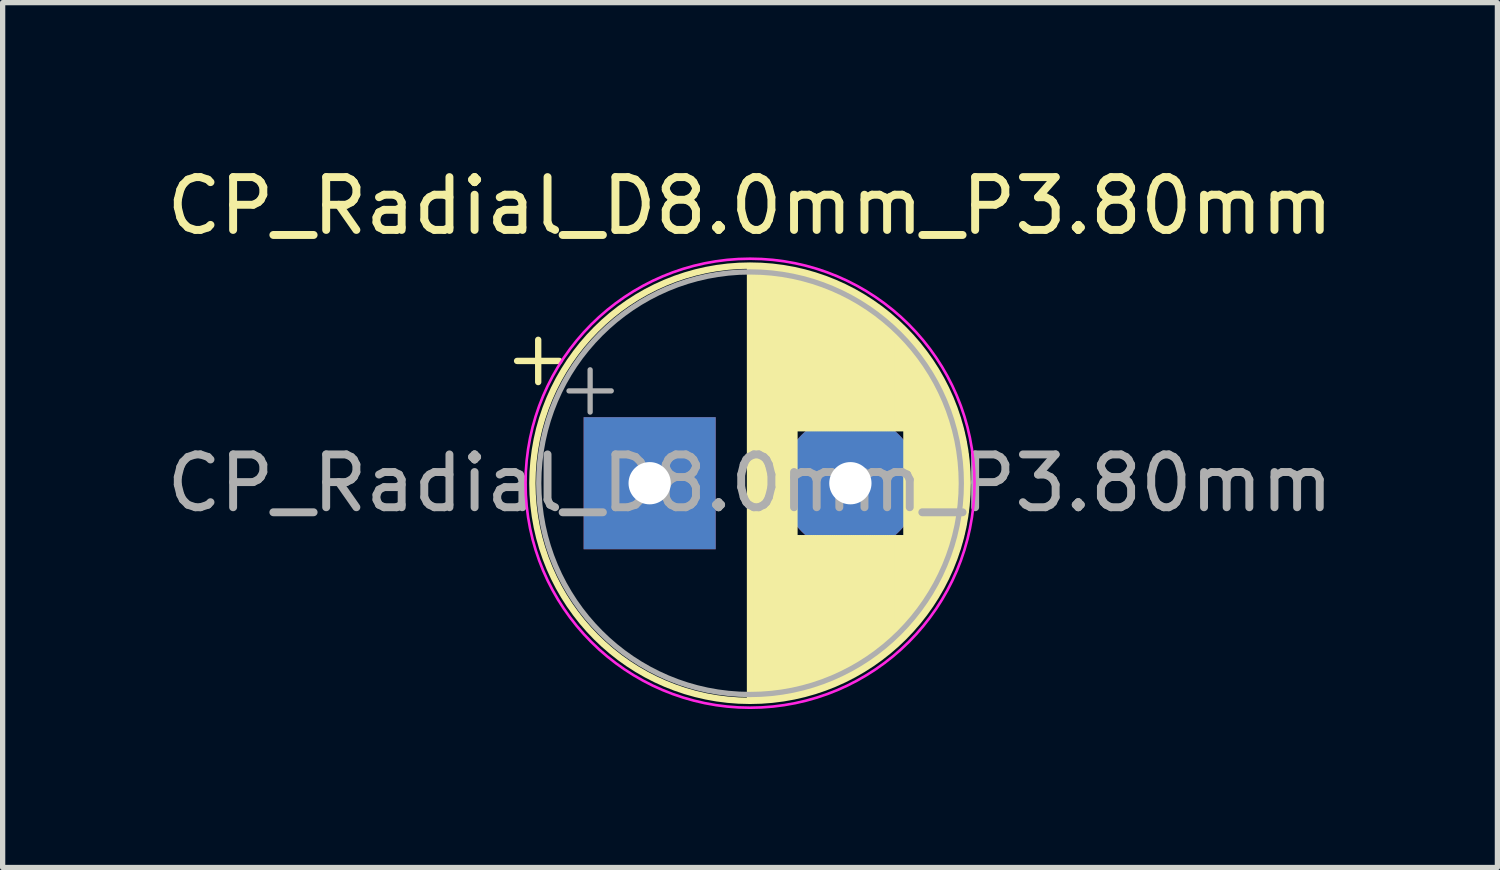
<source format=kicad_pcb>
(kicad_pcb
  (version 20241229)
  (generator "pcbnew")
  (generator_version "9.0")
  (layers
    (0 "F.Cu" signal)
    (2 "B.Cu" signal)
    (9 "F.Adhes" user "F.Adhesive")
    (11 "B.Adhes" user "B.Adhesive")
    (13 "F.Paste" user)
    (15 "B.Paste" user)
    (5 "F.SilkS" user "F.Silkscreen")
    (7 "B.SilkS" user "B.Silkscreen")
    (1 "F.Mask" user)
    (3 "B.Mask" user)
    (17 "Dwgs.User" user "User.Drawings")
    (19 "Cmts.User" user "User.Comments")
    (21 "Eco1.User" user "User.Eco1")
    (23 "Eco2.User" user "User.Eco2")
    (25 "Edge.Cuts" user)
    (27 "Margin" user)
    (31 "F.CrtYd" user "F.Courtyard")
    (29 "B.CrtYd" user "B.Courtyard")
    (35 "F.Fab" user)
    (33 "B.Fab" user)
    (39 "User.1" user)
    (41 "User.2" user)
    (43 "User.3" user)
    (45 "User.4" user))
  (footprint "CP_Radial_D8.0mm_P3.80mm"
    (layer "F.Cu")
    (at 9.249 6.098)
    (property "Reference" "CP_Radial_D8.0mm_P3.80mm" (at 1.9 -5.25 0) (layer "F.SilkS") (effects (font (size 1 1) (thickness 0.15))))
    (attr through_hole)
    (fp_line (start -2.51 -2.315) (end -1.71 -2.315) (stroke (width 0.12) (type solid)) (layer "F.SilkS"))
    (fp_line (start -2.11 -2.715) (end -2.11 -1.915) (stroke (width 0.12) (type solid)) (layer "F.SilkS"))
    (fp_line (start 1.9 -4.08) (end 1.9 4.08) (stroke (width 0.12) (type solid)) (layer "F.SilkS"))
    (fp_line (start 1.94 -4.08) (end 1.94 4.08) (stroke (width 0.12) (type solid)) (layer "F.SilkS"))
    (fp_line (start 1.98 -4.08) (end 1.98 4.08) (stroke (width 0.12) (type solid)) (layer "F.SilkS"))
    (fp_line (start 2.02 -4.079) (end 2.02 4.079) (stroke (width 0.12) (type solid)) (layer "F.SilkS"))
    (fp_line (start 2.06 -4.077) (end 2.06 4.077) (stroke (width 0.12) (type solid)) (layer "F.SilkS"))
    (fp_line (start 2.1 -4.076) (end 2.1 4.076) (stroke (width 0.12) (type solid)) (layer "F.SilkS"))
    (fp_line (start 2.14 -4.074) (end 2.14 4.074) (stroke (width 0.12) (type solid)) (layer "F.SilkS"))
    (fp_line (start 2.18 -4.071) (end 2.18 4.071) (stroke (width 0.12) (type solid)) (layer "F.SilkS"))
    (fp_line (start 2.22 -4.068) (end 2.22 4.068) (stroke (width 0.12) (type solid)) (layer "F.SilkS"))
    (fp_line (start 2.26 -4.065) (end 2.26 4.065) (stroke (width 0.12) (type solid)) (layer "F.SilkS"))
    (fp_line (start 2.3 -4.061) (end 2.3 4.061) (stroke (width 0.12) (type solid)) (layer "F.SilkS"))
    (fp_line (start 2.34 -4.057) (end 2.34 4.057) (stroke (width 0.12) (type solid)) (layer "F.SilkS"))
    (fp_line (start 2.38 -4.052) (end 2.38 4.052) (stroke (width 0.12) (type solid)) (layer "F.SilkS"))
    (fp_line (start 2.42 -4.048) (end 2.42 4.048) (stroke (width 0.12) (type solid)) (layer "F.SilkS"))
    (fp_line (start 2.46 -4.042) (end 2.46 4.042) (stroke (width 0.12) (type solid)) (layer "F.SilkS"))
    (fp_line (start 2.5 -4.037) (end 2.5 4.037) (stroke (width 0.12) (type solid)) (layer "F.SilkS"))
    (fp_line (start 2.54 -4.03) (end 2.54 4.03) (stroke (width 0.12) (type solid)) (layer "F.SilkS"))
    (fp_line (start 2.58 -4.024) (end 2.58 4.024) (stroke (width 0.12) (type solid)) (layer "F.SilkS"))
    (fp_line (start 2.621 -4.017) (end 2.621 4.017) (stroke (width 0.12) (type solid)) (layer "F.SilkS"))
    (fp_line (start 2.661 -4.01) (end 2.661 4.01) (stroke (width 0.12) (type solid)) (layer "F.SilkS"))
    (fp_line (start 2.701 -4.002) (end 2.701 4.002) (stroke (width 0.12) (type solid)) (layer "F.SilkS"))
    (fp_line (start 2.741 -3.994) (end 2.741 3.994) (stroke (width 0.12) (type solid)) (layer "F.SilkS"))
    (fp_line (start 2.781 -3.985) (end 2.781 -1.04) (stroke (width 0.12) (type solid)) (layer "F.SilkS"))
    (fp_line (start 2.781 1.04) (end 2.781 3.985) (stroke (width 0.12) (type solid)) (layer "F.SilkS"))
    (fp_line (start 2.821 -3.976) (end 2.821 -1.04) (stroke (width 0.12) (type solid)) (layer "F.SilkS"))
    (fp_line (start 2.821 1.04) (end 2.821 3.976) (stroke (width 0.12) (type solid)) (layer "F.SilkS"))
    (fp_line (start 2.861 -3.967) (end 2.861 -1.04) (stroke (width 0.12) (type solid)) (layer "F.SilkS"))
    (fp_line (start 2.861 1.04) (end 2.861 3.967) (stroke (width 0.12) (type solid)) (layer "F.SilkS"))
    (fp_line (start 2.901 -3.957) (end 2.901 -1.04) (stroke (width 0.12) (type solid)) (layer "F.SilkS"))
    (fp_line (start 2.901 1.04) (end 2.901 3.957) (stroke (width 0.12) (type solid)) (layer "F.SilkS"))
    (fp_line (start 2.941 -3.947) (end 2.941 -1.04) (stroke (width 0.12) (type solid)) (layer "F.SilkS"))
    (fp_line (start 2.941 1.04) (end 2.941 3.947) (stroke (width 0.12) (type solid)) (layer "F.SilkS"))
    (fp_line (start 2.981 -3.936) (end 2.981 -1.04) (stroke (width 0.12) (type solid)) (layer "F.SilkS"))
    (fp_line (start 2.981 1.04) (end 2.981 3.936) (stroke (width 0.12) (type solid)) (layer "F.SilkS"))
    (fp_line (start 3.021 -3.925) (end 3.021 -1.04) (stroke (width 0.12) (type solid)) (layer "F.SilkS"))
    (fp_line (start 3.021 1.04) (end 3.021 3.925) (stroke (width 0.12) (type solid)) (layer "F.SilkS"))
    (fp_line (start 3.061 -3.914) (end 3.061 -1.04) (stroke (width 0.12) (type solid)) (layer "F.SilkS"))
    (fp_line (start 3.061 1.04) (end 3.061 3.914) (stroke (width 0.12) (type solid)) (layer "F.SilkS"))
    (fp_line (start 3.101 -3.902) (end 3.101 -1.04) (stroke (width 0.12) (type solid)) (layer "F.SilkS"))
    (fp_line (start 3.101 1.04) (end 3.101 3.902) (stroke (width 0.12) (type solid)) (layer "F.SilkS"))
    (fp_line (start 3.141 -3.889) (end 3.141 -1.04) (stroke (width 0.12) (type solid)) (layer "F.SilkS"))
    (fp_line (start 3.141 1.04) (end 3.141 3.889) (stroke (width 0.12) (type solid)) (layer "F.SilkS"))
    (fp_line (start 3.181 -3.877) (end 3.181 -1.04) (stroke (width 0.12) (type solid)) (layer "F.SilkS"))
    (fp_line (start 3.181 1.04) (end 3.181 3.877) (stroke (width 0.12) (type solid)) (layer "F.SilkS"))
    (fp_line (start 3.221 -3.863) (end 3.221 -1.04) (stroke (width 0.12) (type solid)) (layer "F.SilkS"))
    (fp_line (start 3.221 1.04) (end 3.221 3.863) (stroke (width 0.12) (type solid)) (layer "F.SilkS"))
    (fp_line (start 3.261 -3.85) (end 3.261 -1.04) (stroke (width 0.12) (type solid)) (layer "F.SilkS"))
    (fp_line (start 3.261 1.04) (end 3.261 3.85) (stroke (width 0.12) (type solid)) (layer "F.SilkS"))
    (fp_line (start 3.301 -3.835) (end 3.301 -1.04) (stroke (width 0.12) (type solid)) (layer "F.SilkS"))
    (fp_line (start 3.301 1.04) (end 3.301 3.835) (stroke (width 0.12) (type solid)) (layer "F.SilkS"))
    (fp_line (start 3.341 -3.821) (end 3.341 -1.04) (stroke (width 0.12) (type solid)) (layer "F.SilkS"))
    (fp_line (start 3.341 1.04) (end 3.341 3.821) (stroke (width 0.12) (type solid)) (layer "F.SilkS"))
    (fp_line (start 3.381 -3.805) (end 3.381 -1.04) (stroke (width 0.12) (type solid)) (layer "F.SilkS"))
    (fp_line (start 3.381 1.04) (end 3.381 3.805) (stroke (width 0.12) (type solid)) (layer "F.SilkS"))
    (fp_line (start 3.421 -3.79) (end 3.421 -1.04) (stroke (width 0.12) (type solid)) (layer "F.SilkS"))
    (fp_line (start 3.421 1.04) (end 3.421 3.79) (stroke (width 0.12) (type solid)) (layer "F.SilkS"))
    (fp_line (start 3.461 -3.774) (end 3.461 -1.04) (stroke (width 0.12) (type solid)) (layer "F.SilkS"))
    (fp_line (start 3.461 1.04) (end 3.461 3.774) (stroke (width 0.12) (type solid)) (layer "F.SilkS"))
    (fp_line (start 3.501 -3.757) (end 3.501 -1.04) (stroke (width 0.12) (type solid)) (layer "F.SilkS"))
    (fp_line (start 3.501 1.04) (end 3.501 3.757) (stroke (width 0.12) (type solid)) (layer "F.SilkS"))
    (fp_line (start 3.541 -3.74) (end 3.541 -1.04) (stroke (width 0.12) (type solid)) (layer "F.SilkS"))
    (fp_line (start 3.541 1.04) (end 3.541 3.74) (stroke (width 0.12) (type solid)) (layer "F.SilkS"))
    (fp_line (start 3.581 -3.722) (end 3.581 -1.04) (stroke (width 0.12) (type solid)) (layer "F.SilkS"))
    (fp_line (start 3.581 1.04) (end 3.581 3.722) (stroke (width 0.12) (type solid)) (layer "F.SilkS"))
    (fp_line (start 3.621 -3.704) (end 3.621 -1.04) (stroke (width 0.12) (type solid)) (layer "F.SilkS"))
    (fp_line (start 3.621 1.04) (end 3.621 3.704) (stroke (width 0.12) (type solid)) (layer "F.SilkS"))
    (fp_line (start 3.661 -3.686) (end 3.661 -1.04) (stroke (width 0.12) (type solid)) (layer "F.SilkS"))
    (fp_line (start 3.661 1.04) (end 3.661 3.686) (stroke (width 0.12) (type solid)) (layer "F.SilkS"))
    (fp_line (start 3.701 -3.666) (end 3.701 -1.04) (stroke (width 0.12) (type solid)) (layer "F.SilkS"))
    (fp_line (start 3.701 1.04) (end 3.701 3.666) (stroke (width 0.12) (type solid)) (layer "F.SilkS"))
    (fp_line (start 3.741 -3.647) (end 3.741 -1.04) (stroke (width 0.12) (type solid)) (layer "F.SilkS"))
    (fp_line (start 3.741 1.04) (end 3.741 3.647) (stroke (width 0.12) (type solid)) (layer "F.SilkS"))
    (fp_line (start 3.781 -3.627) (end 3.781 -1.04) (stroke (width 0.12) (type solid)) (layer "F.SilkS"))
    (fp_line (start 3.781 1.04) (end 3.781 3.627) (stroke (width 0.12) (type solid)) (layer "F.SilkS"))
    (fp_line (start 3.821 -3.606) (end 3.821 -1.04) (stroke (width 0.12) (type solid)) (layer "F.SilkS"))
    (fp_line (start 3.821 1.04) (end 3.821 3.606) (stroke (width 0.12) (type solid)) (layer "F.SilkS"))
    (fp_line (start 3.861 -3.584) (end 3.861 -1.04) (stroke (width 0.12) (type solid)) (layer "F.SilkS"))
    (fp_line (start 3.861 1.04) (end 3.861 3.584) (stroke (width 0.12) (type solid)) (layer "F.SilkS"))
    (fp_line (start 3.901 -3.562) (end 3.901 -1.04) (stroke (width 0.12) (type solid)) (layer "F.SilkS"))
    (fp_line (start 3.901 1.04) (end 3.901 3.562) (stroke (width 0.12) (type solid)) (layer "F.SilkS"))
    (fp_line (start 3.941 -3.54) (end 3.941 -1.04) (stroke (width 0.12) (type solid)) (layer "F.SilkS"))
    (fp_line (start 3.941 1.04) (end 3.941 3.54) (stroke (width 0.12) (type solid)) (layer "F.SilkS"))
    (fp_line (start 3.981 -3.517) (end 3.981 -1.04) (stroke (width 0.12) (type solid)) (layer "F.SilkS"))
    (fp_line (start 3.981 1.04) (end 3.981 3.517) (stroke (width 0.12) (type solid)) (layer "F.SilkS"))
    (fp_line (start 4.021 -3.493) (end 4.021 -1.04) (stroke (width 0.12) (type solid)) (layer "F.SilkS"))
    (fp_line (start 4.021 1.04) (end 4.021 3.493) (stroke (width 0.12) (type solid)) (layer "F.SilkS"))
    (fp_line (start 4.061 -3.469) (end 4.061 -1.04) (stroke (width 0.12) (type solid)) (layer "F.SilkS"))
    (fp_line (start 4.061 1.04) (end 4.061 3.469) (stroke (width 0.12) (type solid)) (layer "F.SilkS"))
    (fp_line (start 4.101 -3.444) (end 4.101 -1.04) (stroke (width 0.12) (type solid)) (layer "F.SilkS"))
    (fp_line (start 4.101 1.04) (end 4.101 3.444) (stroke (width 0.12) (type solid)) (layer "F.SilkS"))
    (fp_line (start 4.141 -3.418) (end 4.141 -1.04) (stroke (width 0.12) (type solid)) (layer "F.SilkS"))
    (fp_line (start 4.141 1.04) (end 4.141 3.418) (stroke (width 0.12) (type solid)) (layer "F.SilkS"))
    (fp_line (start 4.181 -3.392) (end 4.181 -1.04) (stroke (width 0.12) (type solid)) (layer "F.SilkS"))
    (fp_line (start 4.181 1.04) (end 4.181 3.392) (stroke (width 0.12) (type solid)) (layer "F.SilkS"))
    (fp_line (start 4.221 -3.365) (end 4.221 -1.04) (stroke (width 0.12) (type solid)) (layer "F.SilkS"))
    (fp_line (start 4.221 1.04) (end 4.221 3.365) (stroke (width 0.12) (type solid)) (layer "F.SilkS"))
    (fp_line (start 4.261 -3.338) (end 4.261 -1.04) (stroke (width 0.12) (type solid)) (layer "F.SilkS"))
    (fp_line (start 4.261 1.04) (end 4.261 3.338) (stroke (width 0.12) (type solid)) (layer "F.SilkS"))
    (fp_line (start 4.301 -3.309) (end 4.301 -1.04) (stroke (width 0.12) (type solid)) (layer "F.SilkS"))
    (fp_line (start 4.301 1.04) (end 4.301 3.309) (stroke (width 0.12) (type solid)) (layer "F.SilkS"))
    (fp_line (start 4.341 -3.28) (end 4.341 -1.04) (stroke (width 0.12) (type solid)) (layer "F.SilkS"))
    (fp_line (start 4.341 1.04) (end 4.341 3.28) (stroke (width 0.12) (type solid)) (layer "F.SilkS"))
    (fp_line (start 4.381 -3.25) (end 4.381 -1.04) (stroke (width 0.12) (type solid)) (layer "F.SilkS"))
    (fp_line (start 4.381 1.04) (end 4.381 3.25) (stroke (width 0.12) (type solid)) (layer "F.SilkS"))
    (fp_line (start 4.421 -3.22) (end 4.421 -1.04) (stroke (width 0.12) (type solid)) (layer "F.SilkS"))
    (fp_line (start 4.421 1.04) (end 4.421 3.22) (stroke (width 0.12) (type solid)) (layer "F.SilkS"))
    (fp_line (start 4.461 -3.189) (end 4.461 -1.04) (stroke (width 0.12) (type solid)) (layer "F.SilkS"))
    (fp_line (start 4.461 1.04) (end 4.461 3.189) (stroke (width 0.12) (type solid)) (layer "F.SilkS"))
    (fp_line (start 4.501 -3.156) (end 4.501 -1.04) (stroke (width 0.12) (type solid)) (layer "F.SilkS"))
    (fp_line (start 4.501 1.04) (end 4.501 3.156) (stroke (width 0.12) (type solid)) (layer "F.SilkS"))
    (fp_line (start 4.541 -3.124) (end 4.541 -1.04) (stroke (width 0.12) (type solid)) (layer "F.SilkS"))
    (fp_line (start 4.541 1.04) (end 4.541 3.124) (stroke (width 0.12) (type solid)) (layer "F.SilkS"))
    (fp_line (start 4.581 -3.09) (end 4.581 -1.04) (stroke (width 0.12) (type solid)) (layer "F.SilkS"))
    (fp_line (start 4.581 1.04) (end 4.581 3.09) (stroke (width 0.12) (type solid)) (layer "F.SilkS"))
    (fp_line (start 4.621 -3.055) (end 4.621 -1.04) (stroke (width 0.12) (type solid)) (layer "F.SilkS"))
    (fp_line (start 4.621 1.04) (end 4.621 3.055) (stroke (width 0.12) (type solid)) (layer "F.SilkS"))
    (fp_line (start 4.661 -3.019) (end 4.661 -1.04) (stroke (width 0.12) (type solid)) (layer "F.SilkS"))
    (fp_line (start 4.661 1.04) (end 4.661 3.019) (stroke (width 0.12) (type solid)) (layer "F.SilkS"))
    (fp_line (start 4.701 -2.983) (end 4.701 -1.04) (stroke (width 0.12) (type solid)) (layer "F.SilkS"))
    (fp_line (start 4.701 1.04) (end 4.701 2.983) (stroke (width 0.12) (type solid)) (layer "F.SilkS"))
    (fp_line (start 4.741 -2.945) (end 4.741 -1.04) (stroke (width 0.12) (type solid)) (layer "F.SilkS"))
    (fp_line (start 4.741 1.04) (end 4.741 2.945) (stroke (width 0.12) (type solid)) (layer "F.SilkS"))
    (fp_line (start 4.781 -2.907) (end 4.781 -1.04) (stroke (width 0.12) (type solid)) (layer "F.SilkS"))
    (fp_line (start 4.781 1.04) (end 4.781 2.907) (stroke (width 0.12) (type solid)) (layer "F.SilkS"))
    (fp_line (start 4.821 -2.867) (end 4.821 -1.04) (stroke (width 0.12) (type solid)) (layer "F.SilkS"))
    (fp_line (start 4.821 1.04) (end 4.821 2.867) (stroke (width 0.12) (type solid)) (layer "F.SilkS"))
    (fp_line (start 4.861 -2.826) (end 4.861 2.826) (stroke (width 0.12) (type solid)) (layer "F.SilkS"))
    (fp_line (start 4.901 -2.784) (end 4.901 2.784) (stroke (width 0.12) (type solid)) (layer "F.SilkS"))
    (fp_line (start 4.941 -2.741) (end 4.941 2.741) (stroke (width 0.12) (type solid)) (layer "F.SilkS"))
    (fp_line (start 4.981 -2.697) (end 4.981 2.697) (stroke (width 0.12) (type solid)) (layer "F.SilkS"))
    (fp_line (start 5.021 -2.651) (end 5.021 2.651) (stroke (width 0.12) (type solid)) (layer "F.SilkS"))
    (fp_line (start 5.061 -2.604) (end 5.061 2.604) (stroke (width 0.12) (type solid)) (layer "F.SilkS"))
    (fp_line (start 5.101 -2.556) (end 5.101 2.556) (stroke (width 0.12) (type solid)) (layer "F.SilkS"))
    (fp_line (start 5.141 -2.505) (end 5.141 2.505) (stroke (width 0.12) (type solid)) (layer "F.SilkS"))
    (fp_line (start 5.181 -2.454) (end 5.181 2.454) (stroke (width 0.12) (type solid)) (layer "F.SilkS"))
    (fp_line (start 5.221 -2.4) (end 5.221 2.4) (stroke (width 0.12) (type solid)) (layer "F.SilkS"))
    (fp_line (start 5.261 -2.345) (end 5.261 2.345) (stroke (width 0.12) (type solid)) (layer "F.SilkS"))
    (fp_line (start 5.301 -2.287) (end 5.301 2.287) (stroke (width 0.12) (type solid)) (layer "F.SilkS"))
    (fp_line (start 5.341 -2.228) (end 5.341 2.228) (stroke (width 0.12) (type solid)) (layer "F.SilkS"))
    (fp_line (start 5.381 -2.166) (end 5.381 2.166) (stroke (width 0.12) (type solid)) (layer "F.SilkS"))
    (fp_line (start 5.421 -2.102) (end 5.421 2.102) (stroke (width 0.12) (type solid)) (layer "F.SilkS"))
    (fp_line (start 5.461 -2.034) (end 5.461 2.034) (stroke (width 0.12) (type solid)) (layer "F.SilkS"))
    (fp_line (start 5.501 -1.964) (end 5.501 1.964) (stroke (width 0.12) (type solid)) (layer "F.SilkS"))
    (fp_line (start 5.541 -1.89) (end 5.541 1.89) (stroke (width 0.12) (type solid)) (layer "F.SilkS"))
    (fp_line (start 5.581 -1.813) (end 5.581 1.813) (stroke (width 0.12) (type solid)) (layer "F.SilkS"))
    (fp_line (start 5.621 -1.731) (end 5.621 1.731) (stroke (width 0.12) (type solid)) (layer "F.SilkS"))
    (fp_line (start 5.661 -1.645) (end 5.661 1.645) (stroke (width 0.12) (type solid)) (layer "F.SilkS"))
    (fp_line (start 5.701 -1.552) (end 5.701 1.552) (stroke (width 0.12) (type solid)) (layer "F.SilkS"))
    (fp_line (start 5.741 -1.453) (end 5.741 1.453) (stroke (width 0.12) (type solid)) (layer "F.SilkS"))
    (fp_line (start 5.781 -1.346) (end 5.781 1.346) (stroke (width 0.12) (type solid)) (layer "F.SilkS"))
    (fp_line (start 5.821 -1.229) (end 5.821 1.229) (stroke (width 0.12) (type solid)) (layer "F.SilkS"))
    (fp_line (start 5.861 -1.098) (end 5.861 1.098) (stroke (width 0.12) (type solid)) (layer "F.SilkS"))
    (fp_line (start 5.901 -0.948) (end 5.901 0.948) (stroke (width 0.12) (type solid)) (layer "F.SilkS"))
    (fp_line (start 5.941 -0.768) (end 5.941 0.768) (stroke (width 0.12) (type solid)) (layer "F.SilkS"))
    (fp_line (start 5.981 -0.533) (end 5.981 0.533) (stroke (width 0.12) (type solid)) (layer "F.SilkS"))
    (fp_circle (center 1.9 0) (end 6.02 0) (stroke (width 0.12) (type solid)) (fill no) (layer "F.SilkS"))
    (fp_circle (center 1.9 0) (end 6.15 0) (stroke (width 0.05) (type solid)) (fill no) (layer "F.CrtYd"))
    (fp_line (start -1.527 -1.748) (end -0.727 -1.748) (stroke (width 0.1) (type solid)) (layer "F.Fab"))
    (fp_line (start -1.127 -2.147) (end -1.127 -1.347) (stroke (width 0.1) (type solid)) (layer "F.Fab"))
    (fp_circle (center 1.9 0) (end 5.9 0) (stroke (width 0.1) (type solid)) (fill no) (layer "F.Fab"))
    (fp_text user "${REFERENCE}" (at 1.9 0 0) (layer "F.Fab") (effects (font (size 1 1) (thickness 0.15))))
    (pad "1" thru_hole rect (at 0 0) (size 2.5 2.5) (drill 0.8) (layers "*.Cu" "*.Mask"))
    (pad "2" thru_hole circle (at 3.8 0) (size 2.6 2.6) (drill 0.8) (layers "*.Cu" "*.Mask")))
  (gr_rect
    (start -3 -3)
    (end 25.298 13.373)
    (stroke (width 0.1) (type default))
    (fill no)
    (layer "Edge.Cuts")))
</source>
